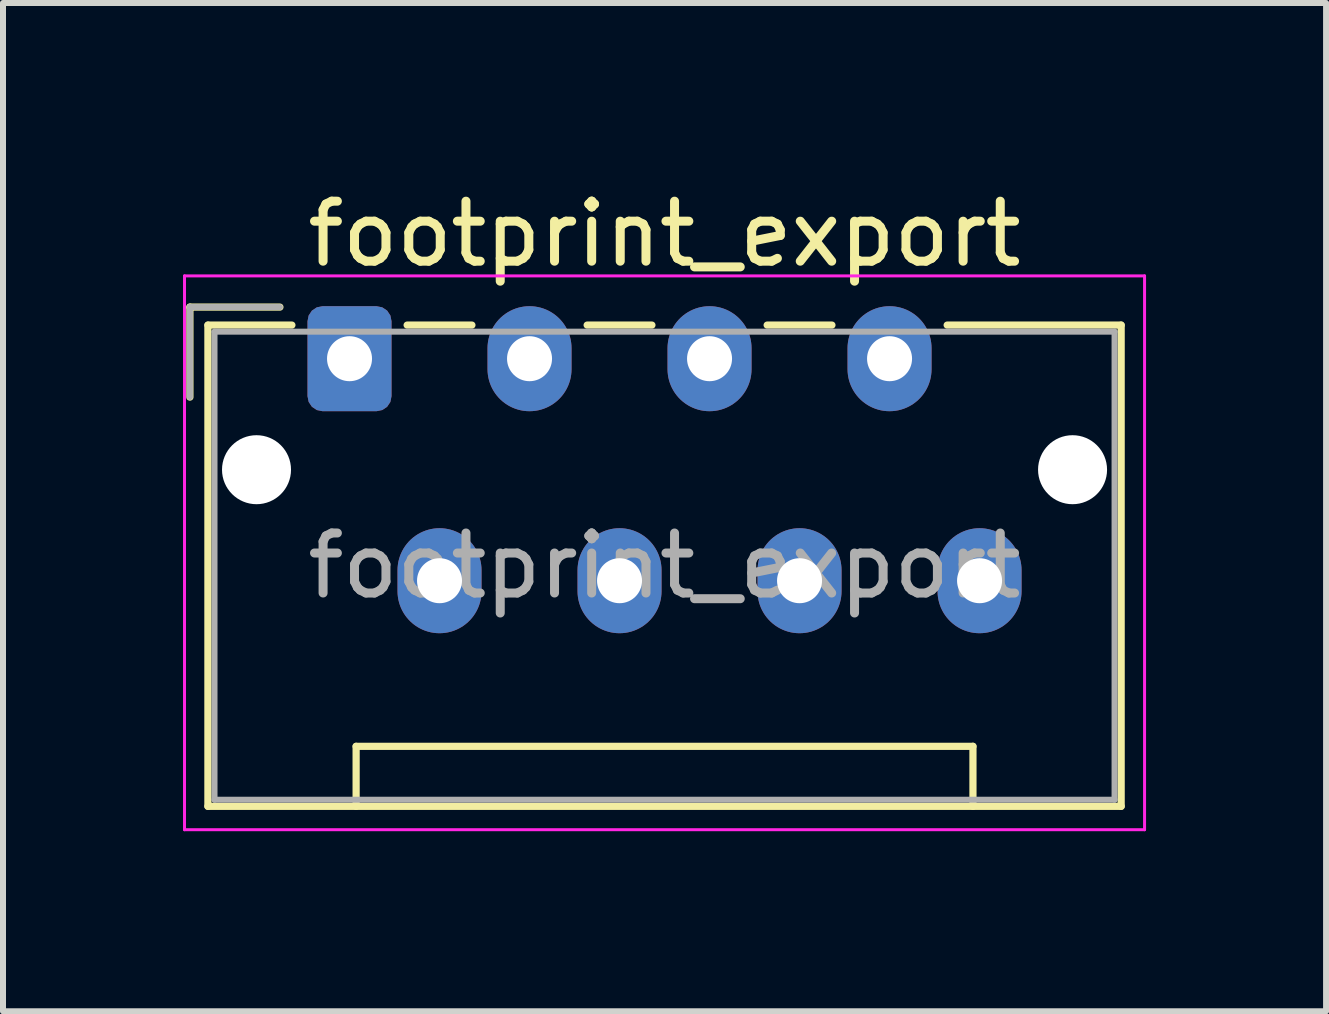
<source format=kicad_pcb>
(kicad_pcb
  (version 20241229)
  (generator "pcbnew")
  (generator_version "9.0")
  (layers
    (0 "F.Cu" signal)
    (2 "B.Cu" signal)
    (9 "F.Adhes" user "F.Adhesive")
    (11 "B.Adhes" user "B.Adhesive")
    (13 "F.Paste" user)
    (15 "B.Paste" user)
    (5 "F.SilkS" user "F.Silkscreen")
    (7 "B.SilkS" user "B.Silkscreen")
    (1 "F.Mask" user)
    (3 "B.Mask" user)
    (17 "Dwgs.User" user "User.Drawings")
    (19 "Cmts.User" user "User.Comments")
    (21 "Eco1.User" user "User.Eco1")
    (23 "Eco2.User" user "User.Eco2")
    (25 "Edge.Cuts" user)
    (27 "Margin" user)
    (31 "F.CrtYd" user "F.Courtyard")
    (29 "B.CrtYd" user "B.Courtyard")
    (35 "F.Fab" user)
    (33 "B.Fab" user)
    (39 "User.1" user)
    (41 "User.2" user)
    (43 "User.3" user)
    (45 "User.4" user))
  (footprint "footprint_export"
    (layer "F.Cu")
    (at 2.775 2.928)
    (property "Reference" "footprint_export" (at 5.25 -2.08 0) (layer "F.SilkS") (effects (font (size 1 1) (thickness 0.15))))
    (attr through_hole)
    (fp_line (start -2.66 -0.86) (end -1.16 -0.86) (stroke (width 0.12) (type solid)) (layer "F.SilkS"))
    (fp_line (start -2.66 0.64) (end -2.66 -0.86) (stroke (width 0.12) (type solid)) (layer "F.SilkS"))
    (fp_line (start -2.36 -0.56) (end -2.36 7.46) (stroke (width 0.12) (type solid)) (layer "F.SilkS"))
    (fp_line (start -2.36 7.46) (end 12.86 7.46) (stroke (width 0.12) (type solid)) (layer "F.SilkS"))
    (fp_line (start -0.96 -0.56) (end -2.36 -0.56) (stroke (width 0.12) (type solid)) (layer "F.SilkS"))
    (fp_line (start 0.11 6.46) (end 10.39 6.46) (stroke (width 0.12) (type solid)) (layer "F.SilkS"))
    (fp_line (start 0.11 7.46) (end 0.11 6.46) (stroke (width 0.12) (type solid)) (layer "F.SilkS"))
    (fp_line (start 0.96 -0.56) (end 2.04 -0.56) (stroke (width 0.12) (type solid)) (layer "F.SilkS"))
    (fp_line (start 3.96 -0.56) (end 5.04 -0.56) (stroke (width 0.12) (type solid)) (layer "F.SilkS"))
    (fp_line (start 6.96 -0.56) (end 8.04 -0.56) (stroke (width 0.12) (type solid)) (layer "F.SilkS"))
    (fp_line (start 10.39 6.46) (end 10.39 7.46) (stroke (width 0.12) (type solid)) (layer "F.SilkS"))
    (fp_line (start 12.86 -0.56) (end 9.96 -0.56) (stroke (width 0.12) (type solid)) (layer "F.SilkS"))
    (fp_line (start 12.86 7.46) (end 12.86 -0.56) (stroke (width 0.12) (type solid)) (layer "F.SilkS"))
    (fp_line (start -2.75 -1.38) (end -2.75 7.85) (stroke (width 0.05) (type solid)) (layer "F.CrtYd"))
    (fp_line (start -2.75 7.85) (end 13.25 7.85) (stroke (width 0.05) (type solid)) (layer "F.CrtYd"))
    (fp_line (start 13.25 -1.38) (end -2.75 -1.38) (stroke (width 0.05) (type solid)) (layer "F.CrtYd"))
    (fp_line (start 13.25 7.85) (end 13.25 -1.38) (stroke (width 0.05) (type solid)) (layer "F.CrtYd"))
    (fp_line (start -2.66 -0.86) (end -1.16 -0.86) (stroke (width 0.1) (type solid)) (layer "F.Fab"))
    (fp_line (start -2.66 0.64) (end -2.66 -0.86) (stroke (width 0.1) (type solid)) (layer "F.Fab"))
    (fp_line (start -2.25 -0.45) (end -2.25 7.35) (stroke (width 0.1) (type solid)) (layer "F.Fab"))
    (fp_line (start -2.25 7.35) (end 12.75 7.35) (stroke (width 0.1) (type solid)) (layer "F.Fab"))
    (fp_line (start 12.75 -0.45) (end -2.25 -0.45) (stroke (width 0.1) (type solid)) (layer "F.Fab"))
    (fp_line (start 12.75 7.35) (end 12.75 -0.45) (stroke (width 0.1) (type solid)) (layer "F.Fab"))
    (fp_text user "${REFERENCE}" (at 5.25 3.45 0) (layer "F.Fab") (effects (font (size 1 1) (thickness 0.15))))
    (pad "" np_thru_hole circle (at -1.55 1.85) (size 1.15 1.15) (drill 1.15) (layers "*.Cu" "*.Mask"))
    (pad "" np_thru_hole circle (at 12.05 1.85) (size 1.15 1.15) (drill 1.15) (layers "*.Cu" "*.Mask"))
    (pad "1" thru_hole roundrect (at 0 0) (size 1.4 1.75) (drill 0.75) (layers "*.Cu" "*.Mask") (roundrect_rratio 0.179))
    (pad "2" thru_hole oval (at 1.5 3.7) (size 1.4 1.75) (drill 0.75) (layers "*.Cu" "*.Mask"))
    (pad "3" thru_hole oval (at 3 0) (size 1.4 1.75) (drill 0.75) (layers "*.Cu" "*.Mask"))
    (pad "4" thru_hole oval (at 4.5 3.7) (size 1.4 1.75) (drill 0.75) (layers "*.Cu" "*.Mask"))
    (pad "5" thru_hole oval (at 6 0) (size 1.4 1.75) (drill 0.75) (layers "*.Cu" "*.Mask"))
    (pad "6" thru_hole oval (at 7.5 3.7) (size 1.4 1.75) (drill 0.75) (layers "*.Cu" "*.Mask"))
    (pad "7" thru_hole oval (at 9 0) (size 1.4 1.75) (drill 0.75) (layers "*.Cu" "*.Mask"))
    (pad "8" thru_hole oval (at 10.5 3.7) (size 1.4 1.75) (drill 0.75) (layers "*.Cu" "*.Mask")))
  (gr_rect
    (start -3 -3)
    (end 19.05 13.803)
    (stroke (width 0.1) (type default))
    (fill no)
    (layer "Edge.Cuts")))
</source>
